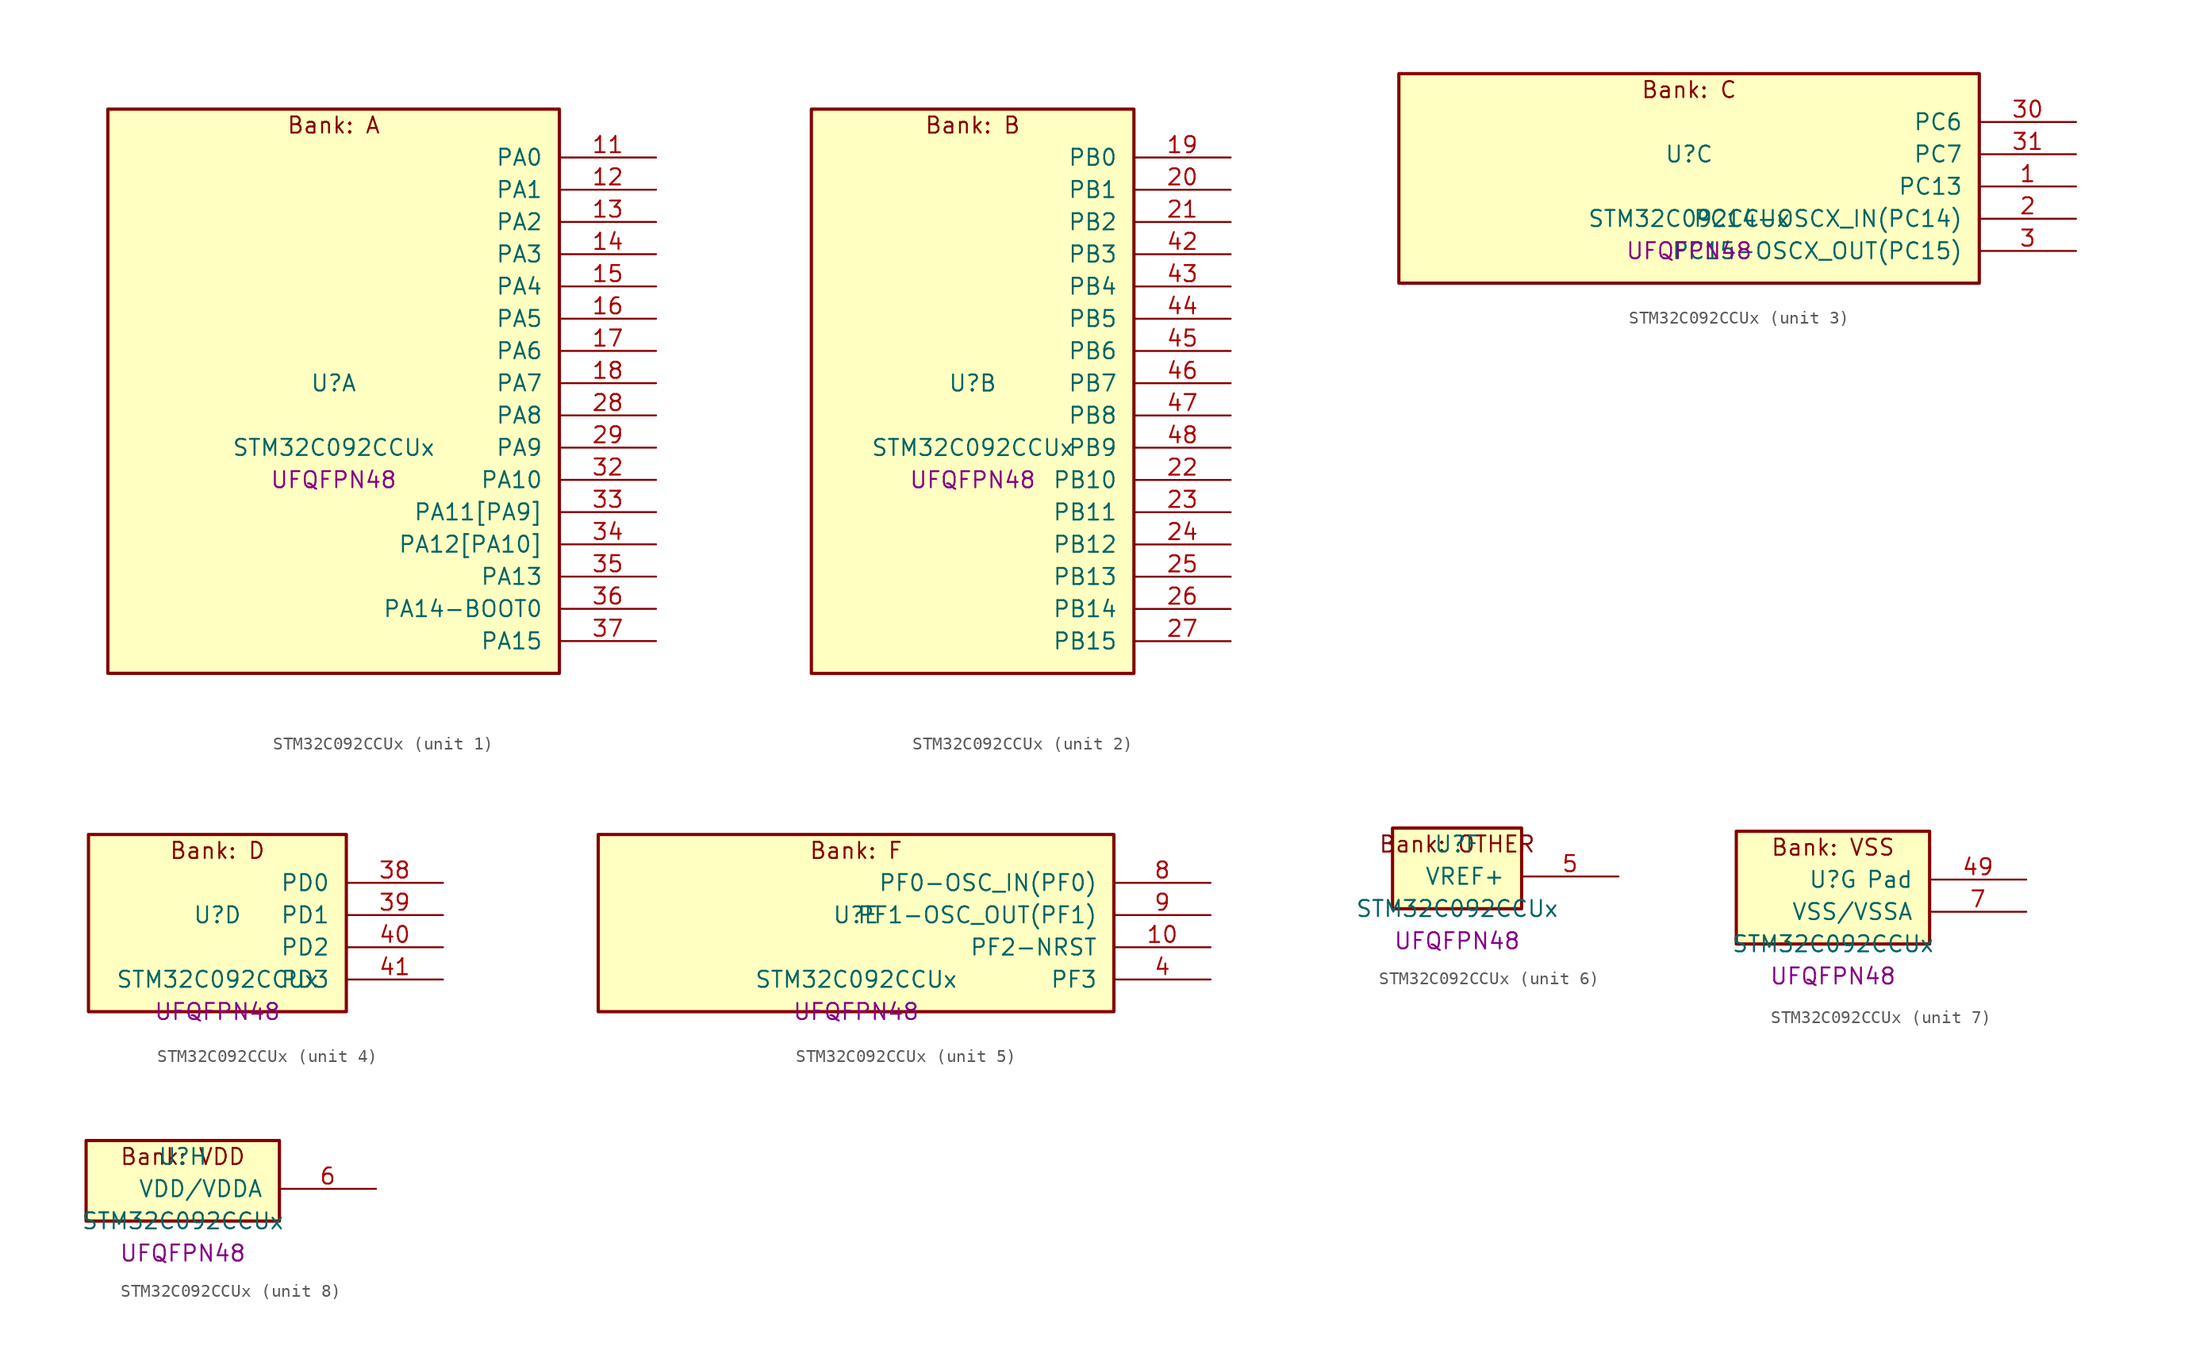
<source format=kicad_sym>
(kicad_symbol_lib
  (version 20241209)
  (generator "stm32_pkl_generator")
  (generator_version "1.0")
  (symbol "STM32C092CCUx"
    (pin_names
      (offset 1.27))
    (property "Reference" "U"
      (at 0 2.54 0))
    (property "Value" "STM32C092CCUx"
      (at 0 -2.54 0))
    (property "Footprint" "UFQFPN48"
      (at 0 -5.08 0))
    (symbol "STM32C092CCUx_1_1"
      (rectangle (start -17.78 24.13) (end 17.78 -20.32) (stroke (width 0.254) (type solid)) (fill (type background)))
      (text "Bank: A" (at 0 22.86 0))
      (pin bidirectional line (at 25.4 20.32 180) (length 7.62) (name "PA0") (number "11") (alternate "PA0/ADC1_IN0" bidirectional line) (alternate "PA0/PWR_WKUP1" bidirectional line) (alternate "PA0/SPI2_SCK" bidirectional line) (alternate "PA0/TIM16_CH1" bidirectional line) (alternate "PA0/TIM1_CH1" bidirectional line) (alternate "PA0/TIM2_CH1" bidirectional line) (alternate "PA0/TIM2_ETR" bidirectional line) (alternate "PA0/USART1_TX" bidirectional line) (alternate "PA0/USART2_CTS" bidirectional line) (alternate "PA0/USART2_NSS" bidirectional line) (alternate "PA0/USART4_TX" bidirectional line))
      (pin bidirectional line (at 25.4 17.78 180) (length 7.62) (name "PA1") (number "12") (alternate "PA1/ADC1_IN1" bidirectional line) (alternate "PA1/I2C1_SMBA" bidirectional line) (alternate "PA1/I2S1_CK" bidirectional line) (alternate "PA1/SPI1_SCK" bidirectional line) (alternate "PA1/TIM15_CH1N" bidirectional line) (alternate "PA1/TIM17_CH1" bidirectional line) (alternate "PA1/TIM1_CH2" bidirectional line) (alternate "PA1/TIM2_CH2" bidirectional line) (alternate "PA1/USART1_RX" bidirectional line) (alternate "PA1/USART2_CK" bidirectional line) (alternate "PA1/USART2_DE" bidirectional line) (alternate "PA1/USART2_RTS" bidirectional line) (alternate "PA1/USART4_RX" bidirectional line))
      (pin bidirectional line (at 25.4 15.24 180) (length 7.62) (name "PA2") (number "13") (alternate "PA2/ADC1_IN2" bidirectional line) (alternate "PA2/I2S1_SD" bidirectional line) (alternate "PA2/PWR_WKUP4" bidirectional line) (alternate "PA2/RCC_LSCO" bidirectional line) (alternate "PA2/SPI1_MOSI" bidirectional line) (alternate "PA2/TIM15_CH1" bidirectional line) (alternate "PA2/TIM16_CH1N" bidirectional line) (alternate "PA2/TIM1_CH3" bidirectional line) (alternate "PA2/TIM2_CH3" bidirectional line) (alternate "PA2/TIM3_ETR" bidirectional line) (alternate "PA2/USART2_TX" bidirectional line))
      (pin bidirectional line (at 25.4 12.7 180) (length 7.62) (name "PA3") (number "14") (alternate "PA3/ADC1_IN3" bidirectional line) (alternate "PA3/SPI2_MISO" bidirectional line) (alternate "PA3/TIM15_CH2" bidirectional line) (alternate "PA3/TIM1_CH1N" bidirectional line) (alternate "PA3/TIM1_CH4" bidirectional line) (alternate "PA3/TIM2_CH4" bidirectional line) (alternate "PA3/USART2_RX" bidirectional line))
      (pin bidirectional line (at 25.4 10.16 180) (length 7.62) (name "PA4") (number "15") (alternate "PA4/ADC1_IN4" bidirectional line) (alternate "PA4/I2S1_WS" bidirectional line) (alternate "PA4/RTC_OUT2" bidirectional line) (alternate "PA4/SPI1_NSS" bidirectional line) (alternate "PA4/SPI2_MOSI" bidirectional line) (alternate "PA4/TIM14_CH1" bidirectional line) (alternate "PA4/TIM17_CH1N" bidirectional line) (alternate "PA4/TIM1_CH2N" bidirectional line) (alternate "PA4/USART2_TX" bidirectional line))
      (pin bidirectional line (at 25.4 7.62 180) (length 7.62) (name "PA5") (number "16") (alternate "PA5/ADC1_IN5" bidirectional line) (alternate "PA5/I2S1_CK" bidirectional line) (alternate "PA5/SPI1_SCK" bidirectional line) (alternate "PA5/TIM1_CH1" bidirectional line) (alternate "PA5/TIM1_CH3N" bidirectional line) (alternate "PA5/TIM2_CH1" bidirectional line) (alternate "PA5/TIM2_ETR" bidirectional line) (alternate "PA5/USART2_RX" bidirectional line) (alternate "PA5/USART3_TX" bidirectional line))
      (pin bidirectional line (at 25.4 5.08 180) (length 7.62) (name "PA6") (number "17") (alternate "PA6/ADC1_IN6" bidirectional line) (alternate "PA6/I2C2_SDA" bidirectional line) (alternate "PA6/I2S1_MCK" bidirectional line) (alternate "PA6/SPI1_MISO" bidirectional line) (alternate "PA6/TIM16_CH1" bidirectional line) (alternate "PA6/TIM1_BKIN" bidirectional line) (alternate "PA6/TIM3_CH1" bidirectional line) (alternate "PA6/USART3_CTS" bidirectional line) (alternate "PA6/USART3_NSS" bidirectional line))
      (pin bidirectional line (at 25.4 2.54 180) (length 7.62) (name "PA7") (number "18") (alternate "PA7/ADC1_IN7" bidirectional line) (alternate "PA7/I2C2_SCL" bidirectional line) (alternate "PA7/I2S1_SD" bidirectional line) (alternate "PA7/SPI1_MOSI" bidirectional line) (alternate "PA7/TIM14_CH1" bidirectional line) (alternate "PA7/TIM17_CH1" bidirectional line) (alternate "PA7/TIM1_CH1N" bidirectional line) (alternate "PA7/TIM3_CH2" bidirectional line))
      (pin bidirectional line (at 25.4 0 180) (length 7.62) (name "PA8") (number "28") (alternate "PA8/ADC1_IN8" bidirectional line) (alternate "PA8/I2S1_WS" bidirectional line) (alternate "PA8/RCC_MCO" bidirectional line) (alternate "PA8/RCC_MCO_2" bidirectional line) (alternate "PA8/SPI1_NSS" bidirectional line) (alternate "PA8/SPI2_MISO" bidirectional line) (alternate "PA8/SPI2_NSS" bidirectional line) (alternate "PA8/TIM14_CH1" bidirectional line) (alternate "PA8/TIM1_CH1" bidirectional line) (alternate "PA8/TIM1_CH2N" bidirectional line) (alternate "PA8/TIM1_CH3N" bidirectional line) (alternate "PA8/TIM3_CH3" bidirectional line) (alternate "PA8/TIM3_CH4" bidirectional line) (alternate "PA8/USART1_RX" bidirectional line) (alternate "PA8/USART2_TX" bidirectional line))
      (pin bidirectional line (at 25.4 -2.54 180) (length 7.62) (name "PA9") (number "29") (alternate "PA9/I2C1_SCL" bidirectional line) (alternate "PA9/I2C2_SCL" bidirectional line) (alternate "PA9/RCC_MCO" bidirectional line) (alternate "PA9/SPI2_MISO" bidirectional line) (alternate "PA9/TIM15_BKIN" bidirectional line) (alternate "PA9/TIM1_CH2" bidirectional line) (alternate "PA9/TIM3_ETR" bidirectional line) (alternate "PA9/USART1_TX" bidirectional line) (alternate "PA9/NC" bidirectional line))
      (pin bidirectional line (at 25.4 -5.08 180) (length 7.62) (name "PA10") (number "32") (alternate "PA10/I2C1_SDA" bidirectional line) (alternate "PA10/I2C2_SDA" bidirectional line) (alternate "PA10/RCC_MCO_2" bidirectional line) (alternate "PA10/SPI2_MOSI" bidirectional line) (alternate "PA10/TIM17_BKIN" bidirectional line) (alternate "PA10/TIM1_CH3" bidirectional line) (alternate "PA10/USART1_RX" bidirectional line) (alternate "PA10/NC" bidirectional line))
      (pin bidirectional line (at 25.4 -7.62 180) (length 7.62) (name "PA11[PA9]") (number "33") (alternate "PA11[PA9]/ADC1_EXTI11" bidirectional line) (alternate "PA11[PA9]/FDCAN1_RX" bidirectional line) (alternate "PA11[PA9]/I2C2_SCL" bidirectional line) (alternate "PA11[PA9]/I2S1_MCK" bidirectional line) (alternate "PA11[PA9]/SPI1_MISO" bidirectional line) (alternate "PA11[PA9]/TIM1_BKIN2" bidirectional line) (alternate "PA11[PA9]/TIM1_CH4" bidirectional line) (alternate "PA11[PA9]/USART1_CTS" bidirectional line) (alternate "PA11[PA9]/USART1_NSS" bidirectional line) (alternate "PA11[PA9]/PA9[PA11]" bidirectional line) (alternate "PA11[PA9]/I2C1_SCL" bidirectional line) (alternate "PA11[PA9]/RCC_MCO" bidirectional line) (alternate "PA11[PA9]/SPI2_MISO" bidirectional line) (alternate "PA11[PA9]/TIM15_BKIN" bidirectional line) (alternate "PA11[PA9]/TIM1_CH2" bidirectional line) (alternate "PA11[PA9]/TIM3_ETR" bidirectional line) (alternate "PA11[PA9]/USART1_TX" bidirectional line))
      (pin bidirectional line (at 25.4 -10.16 180) (length 7.62) (name "PA12[PA10]") (number "34") (alternate "PA12[PA10]/FDCAN1_TX" bidirectional line) (alternate "PA12[PA10]/I2C2_SDA" bidirectional line) (alternate "PA12[PA10]/I2S1_SD" bidirectional line) (alternate "PA12[PA10]/I2S_CKIN" bidirectional line) (alternate "PA12[PA10]/SPI1_MOSI" bidirectional line) (alternate "PA12[PA10]/TIM1_ETR" bidirectional line) (alternate "PA12[PA10]/USART1_CK" bidirectional line) (alternate "PA12[PA10]/USART1_DE" bidirectional line) (alternate "PA12[PA10]/USART1_RTS" bidirectional line) (alternate "PA12[PA10]/PA10[PA12]" bidirectional line) (alternate "PA12[PA10]/I2C1_SDA" bidirectional line) (alternate "PA12[PA10]/RCC_MCO_2" bidirectional line) (alternate "PA12[PA10]/SPI2_MOSI" bidirectional line) (alternate "PA12[PA10]/TIM17_BKIN" bidirectional line) (alternate "PA12[PA10]/TIM1_CH3" bidirectional line) (alternate "PA12[PA10]/USART1_RX" bidirectional line))
      (pin bidirectional line (at 25.4 -12.7 180) (length 7.62) (name "PA13") (number "35") (alternate "PA13/ADC1_IN13" bidirectional line) (alternate "PA13/DEBUG_SWDIO" bidirectional line) (alternate "PA13/IR_OUT" bidirectional line) (alternate "PA13/TIM3_ETR" bidirectional line) (alternate "PA13/USART2_RX" bidirectional line))
      (pin bidirectional line (at 25.4 -15.24 180) (length 7.62) (name "PA14-BOOT0") (number "36") (alternate "PA14-BOOT0/ADC1_IN14" bidirectional line) (alternate "PA14-BOOT0/BOOT0" bidirectional line) (alternate "PA14-BOOT0/DEBUG_SWCLK" bidirectional line) (alternate "PA14-BOOT0/I2S1_WS" bidirectional line) (alternate "PA14-BOOT0/RCC_MCO_2" bidirectional line) (alternate "PA14-BOOT0/SPI1_NSS" bidirectional line) (alternate "PA14-BOOT0/TIM1_CH1" bidirectional line) (alternate "PA14-BOOT0/USART1_CK" bidirectional line) (alternate "PA14-BOOT0/USART1_DE" bidirectional line) (alternate "PA14-BOOT0/USART1_RTS" bidirectional line) (alternate "PA14-BOOT0/USART2_RX" bidirectional line) (alternate "PA14-BOOT0/USART2_TX" bidirectional line))
      (pin bidirectional line (at 25.4 -17.78 180) (length 7.62) (name "PA15") (number "37") (alternate "PA15/I2S1_WS" bidirectional line) (alternate "PA15/RCC_MCO_2" bidirectional line) (alternate "PA15/SPI1_NSS" bidirectional line) (alternate "PA15/TIM1_CH1" bidirectional line) (alternate "PA15/TIM2_CH1" bidirectional line) (alternate "PA15/TIM2_ETR" bidirectional line) (alternate "PA15/USART1_CK" bidirectional line) (alternate "PA15/USART1_DE" bidirectional line) (alternate "PA15/USART1_RTS" bidirectional line) (alternate "PA15/USART2_RX" bidirectional line) (alternate "PA15/USART3_CK" bidirectional line) (alternate "PA15/USART3_DE" bidirectional line) (alternate "PA15/USART3_RTS" bidirectional line) (alternate "PA15/USART4_CK" bidirectional line) (alternate "PA15/USART4_DE" bidirectional line) (alternate "PA15/USART4_RTS" bidirectional line)))
    (symbol "STM32C092CCUx_2_1"
      (rectangle (start -12.7 24.13) (end 12.7 -20.32) (stroke (width 0.254) (type solid)) (fill (type background)))
      (text "Bank: B" (at 0 22.86 0))
      (pin bidirectional line (at 20.32 20.32 180) (length 7.62) (name "PB0") (number "19") (alternate "PB0/ADC1_IN17" bidirectional line) (alternate "PB0/FDCAN1_RX" bidirectional line) (alternate "PB0/I2S1_WS" bidirectional line) (alternate "PB0/SPI1_NSS" bidirectional line) (alternate "PB0/TIM1_CH2N" bidirectional line) (alternate "PB0/TIM3_CH3" bidirectional line) (alternate "PB0/USART3_RX" bidirectional line))
      (pin bidirectional line (at 20.32 17.78 180) (length 7.62) (name "PB1") (number "20") (alternate "PB1/ADC1_IN18" bidirectional line) (alternate "PB1/FDCAN1_TX" bidirectional line) (alternate "PB1/TIM14_CH1" bidirectional line) (alternate "PB1/TIM1_CH2N" bidirectional line) (alternate "PB1/TIM1_CH3N" bidirectional line) (alternate "PB1/TIM3_CH4" bidirectional line) (alternate "PB1/USART3_CK" bidirectional line) (alternate "PB1/USART3_DE" bidirectional line) (alternate "PB1/USART3_RTS" bidirectional line))
      (pin bidirectional line (at 20.32 15.24 180) (length 7.62) (name "PB2") (number "21") (alternate "PB2/ADC1_IN19" bidirectional line) (alternate "PB2/RCC_MCO_2" bidirectional line) (alternate "PB2/SPI2_MISO" bidirectional line) (alternate "PB2/USART1_RX" bidirectional line) (alternate "PB2/USART3_TX" bidirectional line))
      (pin bidirectional line (at 20.32 12.7 180) (length 7.62) (name "PB3") (number "42") (alternate "PB3/I2C2_SCL" bidirectional line) (alternate "PB3/I2S1_CK" bidirectional line) (alternate "PB3/SPI1_SCK" bidirectional line) (alternate "PB3/TIM1_CH2" bidirectional line) (alternate "PB3/TIM2_CH2" bidirectional line) (alternate "PB3/TIM3_CH2" bidirectional line) (alternate "PB3/USART1_CK" bidirectional line) (alternate "PB3/USART1_DE" bidirectional line) (alternate "PB3/USART1_RTS" bidirectional line))
      (pin bidirectional line (at 20.32 10.16 180) (length 7.62) (name "PB4") (number "43") (alternate "PB4/I2C2_SDA" bidirectional line) (alternate "PB4/I2S1_MCK" bidirectional line) (alternate "PB4/SPI1_MISO" bidirectional line) (alternate "PB4/TIM17_BKIN" bidirectional line) (alternate "PB4/TIM3_CH1" bidirectional line) (alternate "PB4/USART1_CTS" bidirectional line) (alternate "PB4/USART1_NSS" bidirectional line))
      (pin bidirectional line (at 20.32 7.62 180) (length 7.62) (name "PB5") (number "44") (alternate "PB5/FDCAN1_RX" bidirectional line) (alternate "PB5/I2C1_SMBA" bidirectional line) (alternate "PB5/I2S1_SD" bidirectional line) (alternate "PB5/PWR_WKUP6" bidirectional line) (alternate "PB5/SPI1_MOSI" bidirectional line) (alternate "PB5/TIM16_BKIN" bidirectional line) (alternate "PB5/TIM3_CH2" bidirectional line) (alternate "PB5/TIM3_CH3" bidirectional line))
      (pin bidirectional line (at 20.32 5.08 180) (length 7.62) (name "PB6") (number "45") (alternate "PB6/FDCAN1_TX" bidirectional line) (alternate "PB6/I2C1_SCL" bidirectional line) (alternate "PB6/I2C1_SMBA" bidirectional line) (alternate "PB6/I2S1_CK" bidirectional line) (alternate "PB6/I2S1_MCK" bidirectional line) (alternate "PB6/I2S1_SD" bidirectional line) (alternate "PB6/PWR_WKUP3" bidirectional line) (alternate "PB6/SPI1_MISO" bidirectional line) (alternate "PB6/SPI1_MOSI" bidirectional line) (alternate "PB6/SPI1_SCK" bidirectional line) (alternate "PB6/SPI2_MISO" bidirectional line) (alternate "PB6/TIM16_BKIN" bidirectional line) (alternate "PB6/TIM16_CH1N" bidirectional line) (alternate "PB6/TIM1_CH2" bidirectional line) (alternate "PB6/TIM1_CH3" bidirectional line) (alternate "PB6/TIM3_CH1" bidirectional line) (alternate "PB6/TIM3_CH2" bidirectional line) (alternate "PB6/TIM3_CH3" bidirectional line) (alternate "PB6/USART1_CTS" bidirectional line) (alternate "PB6/USART1_NSS" bidirectional line) (alternate "PB6/USART1_TX" bidirectional line))
      (pin bidirectional line (at 20.32 2.54 180) (length 7.62) (name "PB7") (number "46") (alternate "PB7/I2C1_SCL" bidirectional line) (alternate "PB7/I2C1_SDA" bidirectional line) (alternate "PB7/SPI2_MOSI" bidirectional line) (alternate "PB7/TIM16_CH1" bidirectional line) (alternate "PB7/TIM17_CH1N" bidirectional line) (alternate "PB7/TIM1_CH4" bidirectional line) (alternate "PB7/TIM3_CH1" bidirectional line) (alternate "PB7/TIM3_CH4" bidirectional line) (alternate "PB7/USART1_RX" bidirectional line) (alternate "PB7/USART2_CTS" bidirectional line) (alternate "PB7/USART2_NSS" bidirectional line) (alternate "PB7/USART4_CTS" bidirectional line) (alternate "PB7/USART4_NSS" bidirectional line))
      (pin bidirectional line (at 20.32 0 180) (length 7.62) (name "PB8") (number "47") (alternate "PB8/FDCAN1_RX" bidirectional line) (alternate "PB8/I2C1_SCL" bidirectional line) (alternate "PB8/SPI2_SCK" bidirectional line) (alternate "PB8/TIM15_BKIN" bidirectional line) (alternate "PB8/TIM16_CH1" bidirectional line) (alternate "PB8/TIM3_CH1" bidirectional line) (alternate "PB8/USART2_CTS" bidirectional line) (alternate "PB8/USART2_NSS" bidirectional line) (alternate "PB8/USART3_TX" bidirectional line))
      (pin bidirectional line (at 20.32 -2.54 180) (length 7.62) (name "PB9") (number "48") (alternate "PB9/FDCAN1_TX" bidirectional line) (alternate "PB9/I2C1_SDA" bidirectional line) (alternate "PB9/IR_OUT" bidirectional line) (alternate "PB9/SPI2_NSS" bidirectional line) (alternate "PB9/TIM17_CH1" bidirectional line) (alternate "PB9/TIM3_CH2" bidirectional line) (alternate "PB9/USART2_CK" bidirectional line) (alternate "PB9/USART2_DE" bidirectional line) (alternate "PB9/USART2_RTS" bidirectional line) (alternate "PB9/USART3_RX" bidirectional line))
      (pin bidirectional line (at 20.32 -5.08 180) (length 7.62) (name "PB10") (number "22") (alternate "PB10/ADC1_IN20" bidirectional line) (alternate "PB10/I2C2_SCL" bidirectional line) (alternate "PB10/SPI2_SCK" bidirectional line) (alternate "PB10/TIM2_CH3" bidirectional line) (alternate "PB10/USART3_TX" bidirectional line))
      (pin bidirectional line (at 20.32 -7.62 180) (length 7.62) (name "PB11") (number "23") (alternate "PB11/ADC1_EXTI11" bidirectional line) (alternate "PB11/ADC1_IN21" bidirectional line) (alternate "PB11/I2C2_SDA" bidirectional line) (alternate "PB11/SPI2_MOSI" bidirectional line) (alternate "PB11/TIM2_CH4" bidirectional line) (alternate "PB11/USART3_RX" bidirectional line))
      (pin bidirectional line (at 20.32 -10.16 180) (length 7.62) (name "PB12") (number "24") (alternate "PB12/ADC1_IN22" bidirectional line) (alternate "PB12/FDCAN1_RX" bidirectional line) (alternate "PB12/SPI2_NSS" bidirectional line) (alternate "PB12/TIM15_BKIN" bidirectional line) (alternate "PB12/TIM1_BKIN" bidirectional line) (alternate "PB12/TIM1_BKIN2" bidirectional line))
      (pin bidirectional line (at 20.32 -12.7 180) (length 7.62) (name "PB13") (number "25") (alternate "PB13/FDCAN1_TX" bidirectional line) (alternate "PB13/I2C2_SCL" bidirectional line) (alternate "PB13/SPI2_SCK" bidirectional line) (alternate "PB13/TIM15_CH1N" bidirectional line) (alternate "PB13/TIM1_CH1N" bidirectional line) (alternate "PB13/USART3_CTS" bidirectional line) (alternate "PB13/USART3_NSS" bidirectional line))
      (pin bidirectional line (at 20.32 -15.24 180) (length 7.62) (name "PB14") (number "26") (alternate "PB14/I2C2_SDA" bidirectional line) (alternate "PB14/SPI2_MISO" bidirectional line) (alternate "PB14/TIM15_CH1" bidirectional line) (alternate "PB14/TIM1_CH2N" bidirectional line) (alternate "PB14/USART3_CK" bidirectional line) (alternate "PB14/USART3_DE" bidirectional line) (alternate "PB14/USART3_RTS" bidirectional line))
      (pin bidirectional line (at 20.32 -17.78 180) (length 7.62) (name "PB15") (number "27") (alternate "PB15/RTC_REFIN" bidirectional line) (alternate "PB15/SPI2_MOSI" bidirectional line) (alternate "PB15/TIM15_CH1N" bidirectional line) (alternate "PB15/TIM15_CH2" bidirectional line) (alternate "PB15/TIM1_CH3N" bidirectional line)))
    (symbol "STM32C092CCUx_3_1"
      (rectangle (start -22.86 8.89) (end 22.86 -7.62) (stroke (width 0.254) (type solid)) (fill (type background)))
      (text "Bank: C" (at 0 7.62 0))
      (pin bidirectional line (at 30.48 5.08 180) (length 7.62) (name "PC6") (number "30") (alternate "PC6/TIM2_CH3" bidirectional line) (alternate "PC6/TIM3_CH1" bidirectional line))
      (pin bidirectional line (at 30.48 2.54 180) (length 7.62) (name "PC7") (number "31") (alternate "PC7/TIM2_CH4" bidirectional line) (alternate "PC7/TIM3_CH2" bidirectional line))
      (pin bidirectional line (at 30.48 0 180) (length 7.62) (name "PC13") (number "1") (alternate "PC13/PWR_WKUP2" bidirectional line) (alternate "PC13/RTC_OUT1" bidirectional line) (alternate "PC13/RTC_TS" bidirectional line) (alternate "PC13/TIM1_BKIN" bidirectional line) (alternate "PC13/TIM1_ETR" bidirectional line))
      (pin bidirectional line (at 30.48 -2.54 180) (length 7.62) (name "PC14-OSCX_IN(PC14)") (number "2") (alternate "PC14-OSCX_IN(PC14)/FDCAN1_TX" bidirectional line) (alternate "PC14-OSCX_IN(PC14)/I2C1_SDA" bidirectional line) (alternate "PC14-OSCX_IN(PC14)/IR_OUT" bidirectional line) (alternate "PC14-OSCX_IN(PC14)/RCC_OSCX_IN" bidirectional line) (alternate "PC14-OSCX_IN(PC14)/SPI2_NSS" bidirectional line) (alternate "PC14-OSCX_IN(PC14)/TIM17_CH1" bidirectional line) (alternate "PC14-OSCX_IN(PC14)/TIM1_BKIN2" bidirectional line) (alternate "PC14-OSCX_IN(PC14)/TIM1_ETR" bidirectional line) (alternate "PC14-OSCX_IN(PC14)/TIM3_CH2" bidirectional line) (alternate "PC14-OSCX_IN(PC14)/USART1_TX" bidirectional line) (alternate "PC14-OSCX_IN(PC14)/USART2_CK" bidirectional line) (alternate "PC14-OSCX_IN(PC14)/USART2_DE" bidirectional line) (alternate "PC14-OSCX_IN(PC14)/USART2_RTS" bidirectional line) (alternate "PC14-OSCX_IN(PC14)/USART3_TX" bidirectional line))
      (pin bidirectional line (at 30.48 -5.08 180) (length 7.62) (name "PC15-OSCX_OUT(PC15)") (number "3") (alternate "PC15-OSCX_OUT(PC15)/RCC_OSC32_EN" bidirectional line) (alternate "PC15-OSCX_OUT(PC15)/RCC_OSCX_OUT" bidirectional line) (alternate "PC15-OSCX_OUT(PC15)/RCC_OSC_EN" bidirectional line) (alternate "PC15-OSCX_OUT(PC15)/TIM15_BKIN" bidirectional line) (alternate "PC15-OSCX_OUT(PC15)/TIM1_ETR" bidirectional line) (alternate "PC15-OSCX_OUT(PC15)/TIM3_CH3" bidirectional line)))
    (symbol "STM32C092CCUx_4_1"
      (rectangle (start -10.16 8.89) (end 10.16 -5.08) (stroke (width 0.254) (type solid)) (fill (type background)))
      (text "Bank: D" (at 0 7.62 0))
      (pin bidirectional line (at 17.78 5.08 180) (length 7.62) (name "PD0") (number "38") (alternate "PD0/FDCAN1_RX" bidirectional line) (alternate "PD0/SPI2_NSS" bidirectional line) (alternate "PD0/TIM16_CH1" bidirectional line))
      (pin bidirectional line (at 17.78 2.54 180) (length 7.62) (name "PD1") (number "39") (alternate "PD1/FDCAN1_TX" bidirectional line) (alternate "PD1/SPI2_SCK" bidirectional line) (alternate "PD1/TIM17_CH1" bidirectional line))
      (pin bidirectional line (at 17.78 0 180) (length 7.62) (name "PD2") (number "40") (alternate "PD2/TIM1_CH1N" bidirectional line) (alternate "PD2/TIM3_ETR" bidirectional line) (alternate "PD2/USART3_CK" bidirectional line) (alternate "PD2/USART3_DE" bidirectional line) (alternate "PD2/USART3_RTS" bidirectional line))
      (pin bidirectional line (at 17.78 -2.54 180) (length 7.62) (name "PD3") (number "41") (alternate "PD3/SPI2_MISO" bidirectional line) (alternate "PD3/TIM1_CH2N" bidirectional line) (alternate "PD3/USART2_CTS" bidirectional line) (alternate "PD3/USART2_NSS" bidirectional line)))
    (symbol "STM32C092CCUx_5_1"
      (rectangle (start -20.32 8.89) (end 20.32 -5.08) (stroke (width 0.254) (type solid)) (fill (type background)))
      (text "Bank: F" (at 0 7.62 0))
      (pin bidirectional line (at 27.94 5.08 180) (length 7.62) (name "PF0-OSC_IN(PF0)") (number "8") (alternate "PF0-OSC_IN(PF0)/RCC_OSC_IN" bidirectional line) (alternate "PF0-OSC_IN(PF0)/TIM14_CH1" bidirectional line))
      (pin bidirectional line (at 27.94 2.54 180) (length 7.62) (name "PF1-OSC_OUT(PF1)") (number "9") (alternate "PF1-OSC_OUT(PF1)/RCC_OSC_EN" bidirectional line) (alternate "PF1-OSC_OUT(PF1)/RCC_OSC_OUT" bidirectional line) (alternate "PF1-OSC_OUT(PF1)/TIM15_CH1N" bidirectional line))
      (pin bidirectional line (at 27.94 0 180) (length 7.62) (name "PF2-NRST") (number "10") (alternate "PF2-NRST/RCC_MCO" bidirectional line) (alternate "PF2-NRST/TIM1_CH4" bidirectional line))
      (pin bidirectional line (at 27.94 -2.54 180) (length 7.62) (name "PF3") (number "4")))
    (symbol "STM32C092CCUx_6_1"
      (rectangle (start -5.08 3.81) (end 5.08 -2.54) (stroke (width 0.254) (type solid)) (fill (type background)))
      (text "Bank: OTHER" (at 0 2.54 0))
      (pin bidirectional line (at 12.7 0 180) (length 7.62) (name "VREF+") (number "5")))
    (symbol "STM32C092CCUx_7_1"
      (rectangle (start -7.62 6.35) (end 7.62 -2.54) (stroke (width 0.254) (type solid)) (fill (type background)))
      (text "Bank: VSS" (at 0 5.08 0))
      (pin passive line (at 15.24 2.54 180) (length 7.62) (name "Pad") (number "49"))
      (pin power_in line (at 15.24 0 180) (length 7.62) (name "VSS/VSSA") (number "7")))
    (symbol "STM32C092CCUx_8_1"
      (rectangle (start -7.62 3.81) (end 7.62 -2.54) (stroke (width 0.254) (type solid)) (fill (type background)))
      (text "Bank: VDD" (at 0 2.54 0))
      (pin power_in line (at 15.24 0 180) (length 7.62) (name "VDD/VDDA") (number "6")))))
</source>
